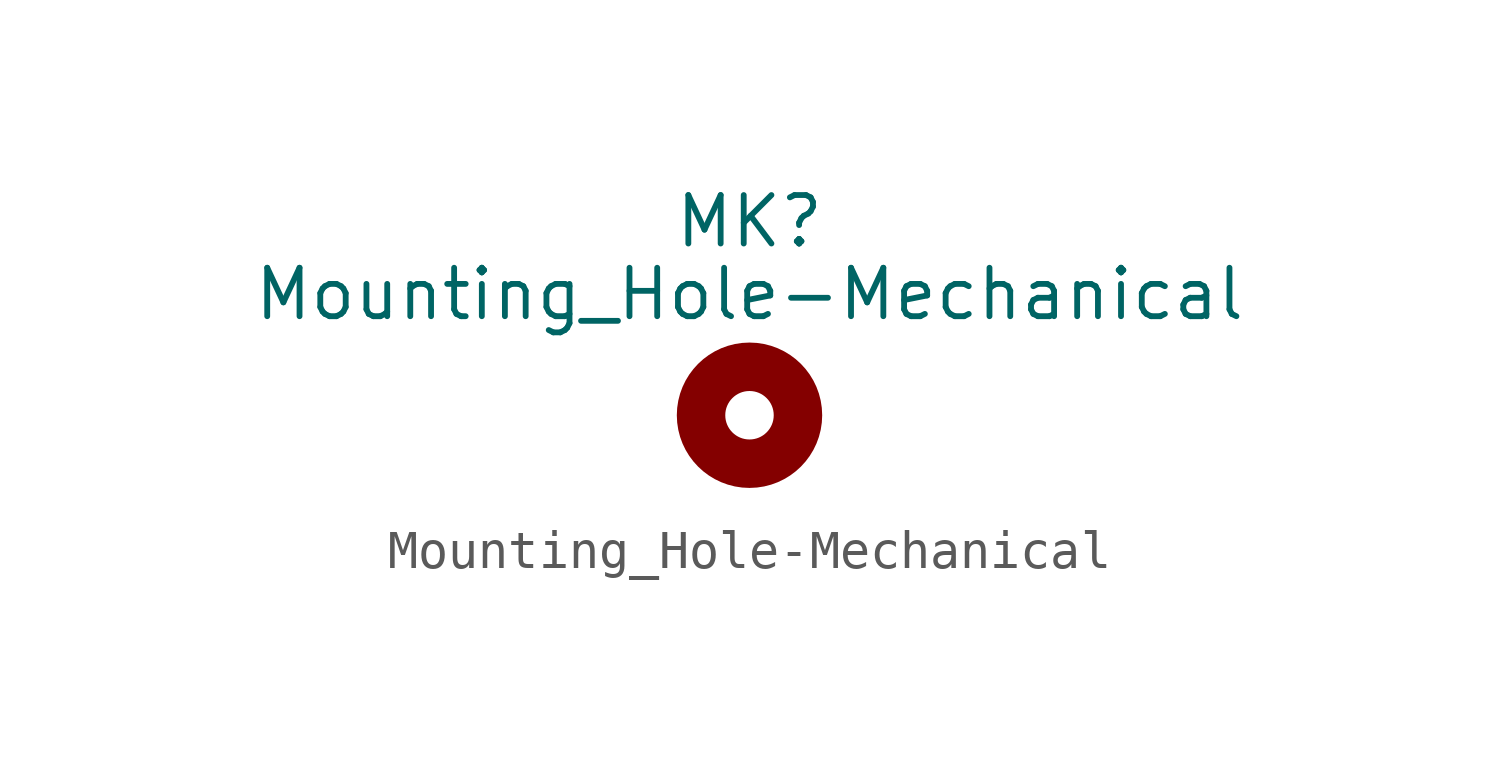
<source format=kicad_sym>
(kicad_symbol_lib
  (version 20211014)
  (generator kicad_symbol_editor)
  (symbol "Mounting_Hole-Mechanical"
    (pin_names
      (offset 1.016))
    (property "Reference" "MK"
      (at 0 5.08 0)
      (effects (font (size 1.27 1.27))))
    (property "Value" "Mounting_Hole-Mechanical"
      (at 0 3.175 0)
      (effects (font (size 1.27 1.27))))
    (symbol "Mounting_Hole-Mechanical_0_1"
      (circle (center 0 0) (radius 1.27) (stroke (width 1.27) (type default) (color 0 0 0 0)) (fill (type none))))))
</source>
